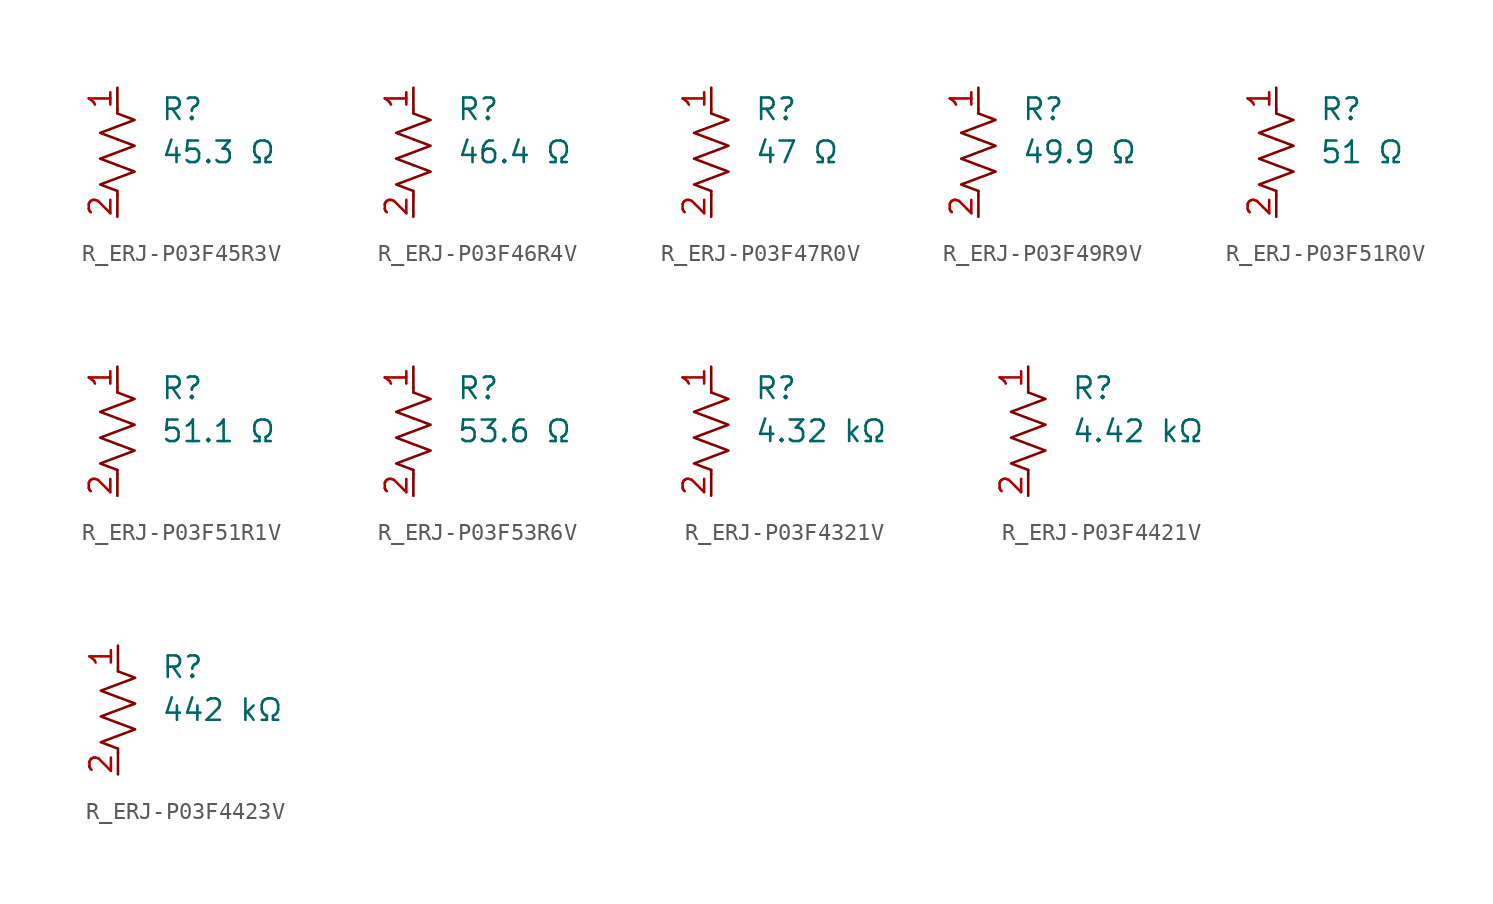
<source format=kicad_sym>
(kicad_symbol_lib
  (version 20231120)
  (generator "kicad_symbol_editor")
  (generator_version "8.0")
  (symbol "R_ERJ-P03F45R3V"
    (pin_names
      (offset 0.254))
    (property "Value" "45.3 Ω"
      (at 2.54 0 0)
      (effects (font (size 1.27 1.27)) (justify left)))
    (property "Reference" "R"
      (at 2.54 2.54 0)
      (effects (font (size 1.27 1.27)) (justify left)))
    (symbol "R_ERJ-P03F45R3V_0_1"
      (polyline (pts (xy 0 -2.286) (xy 0 -2.54)) (stroke (width 0) (type default)) (fill (type none)))
      (polyline (pts (xy 0 2.286) (xy 0 2.54)) (stroke (width 0) (type default)) (fill (type none)))
      (polyline (pts (xy 0 -0.762) (xy 1.016 -1.143) (xy 0 -1.524) (xy -1.016 -1.905) (xy 0 -2.286)) (stroke (width 0) (type default)) (fill (type none)))
      (polyline (pts (xy 0 0.762) (xy 1.016 0.381) (xy 0 0) (xy -1.016 -0.381) (xy 0 -0.762)) (stroke (width 0) (type default)) (fill (type none)))
      (polyline (pts (xy 0 2.286) (xy 1.016 1.905) (xy 0 1.524) (xy -1.016 1.143) (xy 0 0.762)) (stroke (width 0) (type default)) (fill (type none))))
    (symbol "R_ERJ-P03F45R3V_1_1"
      (pin passive line (at 0 3.81 270) (length 1.27) (name "~" (effects (font (size 1.27 1.27)))) (number "1" (effects (font (size 1.27 1.27)))))
      (pin passive line (at 0 -3.81 90) (length 1.27) (name "~" (effects (font (size 1.27 1.27)))) (number "2" (effects (font (size 1.27 1.27)))))))
  (symbol "R_ERJ-P03F46R4V"
    (pin_names
      (offset 0.254))
    (property "Value" "46.4 Ω"
      (at 2.54 0 0)
      (effects (font (size 1.27 1.27)) (justify left)))
    (property "Reference" "R"
      (at 2.54 2.54 0)
      (effects (font (size 1.27 1.27)) (justify left)))
    (symbol "R_ERJ-P03F46R4V_0_1"
      (polyline (pts (xy 0 -2.286) (xy 0 -2.54)) (stroke (width 0) (type default)) (fill (type none)))
      (polyline (pts (xy 0 2.286) (xy 0 2.54)) (stroke (width 0) (type default)) (fill (type none)))
      (polyline (pts (xy 0 -0.762) (xy 1.016 -1.143) (xy 0 -1.524) (xy -1.016 -1.905) (xy 0 -2.286)) (stroke (width 0) (type default)) (fill (type none)))
      (polyline (pts (xy 0 0.762) (xy 1.016 0.381) (xy 0 0) (xy -1.016 -0.381) (xy 0 -0.762)) (stroke (width 0) (type default)) (fill (type none)))
      (polyline (pts (xy 0 2.286) (xy 1.016 1.905) (xy 0 1.524) (xy -1.016 1.143) (xy 0 0.762)) (stroke (width 0) (type default)) (fill (type none))))
    (symbol "R_ERJ-P03F46R4V_1_1"
      (pin passive line (at 0 3.81 270) (length 1.27) (name "~" (effects (font (size 1.27 1.27)))) (number "1" (effects (font (size 1.27 1.27)))))
      (pin passive line (at 0 -3.81 90) (length 1.27) (name "~" (effects (font (size 1.27 1.27)))) (number "2" (effects (font (size 1.27 1.27)))))))
  (symbol "R_ERJ-P03F47R0V"
    (pin_names
      (offset 0.254))
    (property "Value" "47 Ω"
      (at 2.54 0 0)
      (effects (font (size 1.27 1.27)) (justify left)))
    (property "Reference" "R"
      (at 2.54 2.54 0)
      (effects (font (size 1.27 1.27)) (justify left)))
    (symbol "R_ERJ-P03F47R0V_0_1"
      (polyline (pts (xy 0 -2.286) (xy 0 -2.54)) (stroke (width 0) (type default)) (fill (type none)))
      (polyline (pts (xy 0 2.286) (xy 0 2.54)) (stroke (width 0) (type default)) (fill (type none)))
      (polyline (pts (xy 0 -0.762) (xy 1.016 -1.143) (xy 0 -1.524) (xy -1.016 -1.905) (xy 0 -2.286)) (stroke (width 0) (type default)) (fill (type none)))
      (polyline (pts (xy 0 0.762) (xy 1.016 0.381) (xy 0 0) (xy -1.016 -0.381) (xy 0 -0.762)) (stroke (width 0) (type default)) (fill (type none)))
      (polyline (pts (xy 0 2.286) (xy 1.016 1.905) (xy 0 1.524) (xy -1.016 1.143) (xy 0 0.762)) (stroke (width 0) (type default)) (fill (type none))))
    (symbol "R_ERJ-P03F47R0V_1_1"
      (pin passive line (at 0 3.81 270) (length 1.27) (name "~" (effects (font (size 1.27 1.27)))) (number "1" (effects (font (size 1.27 1.27)))))
      (pin passive line (at 0 -3.81 90) (length 1.27) (name "~" (effects (font (size 1.27 1.27)))) (number "2" (effects (font (size 1.27 1.27)))))))
  (symbol "R_ERJ-P03F49R9V"
    (pin_names
      (offset 0.254))
    (property "Value" "49.9 Ω"
      (at 2.54 0 0)
      (effects (font (size 1.27 1.27)) (justify left)))
    (property "Reference" "R"
      (at 2.54 2.54 0)
      (effects (font (size 1.27 1.27)) (justify left)))
    (symbol "R_ERJ-P03F49R9V_0_1"
      (polyline (pts (xy 0 -2.286) (xy 0 -2.54)) (stroke (width 0) (type default)) (fill (type none)))
      (polyline (pts (xy 0 2.286) (xy 0 2.54)) (stroke (width 0) (type default)) (fill (type none)))
      (polyline (pts (xy 0 -0.762) (xy 1.016 -1.143) (xy 0 -1.524) (xy -1.016 -1.905) (xy 0 -2.286)) (stroke (width 0) (type default)) (fill (type none)))
      (polyline (pts (xy 0 0.762) (xy 1.016 0.381) (xy 0 0) (xy -1.016 -0.381) (xy 0 -0.762)) (stroke (width 0) (type default)) (fill (type none)))
      (polyline (pts (xy 0 2.286) (xy 1.016 1.905) (xy 0 1.524) (xy -1.016 1.143) (xy 0 0.762)) (stroke (width 0) (type default)) (fill (type none))))
    (symbol "R_ERJ-P03F49R9V_1_1"
      (pin passive line (at 0 3.81 270) (length 1.27) (name "~" (effects (font (size 1.27 1.27)))) (number "1" (effects (font (size 1.27 1.27)))))
      (pin passive line (at 0 -3.81 90) (length 1.27) (name "~" (effects (font (size 1.27 1.27)))) (number "2" (effects (font (size 1.27 1.27)))))))
  (symbol "R_ERJ-P03F51R0V"
    (pin_names
      (offset 0.254))
    (property "Value" "51 Ω"
      (at 2.54 0 0)
      (effects (font (size 1.27 1.27)) (justify left)))
    (property "Reference" "R"
      (at 2.54 2.54 0)
      (effects (font (size 1.27 1.27)) (justify left)))
    (symbol "R_ERJ-P03F51R0V_0_1"
      (polyline (pts (xy 0 -2.286) (xy 0 -2.54)) (stroke (width 0) (type default)) (fill (type none)))
      (polyline (pts (xy 0 2.286) (xy 0 2.54)) (stroke (width 0) (type default)) (fill (type none)))
      (polyline (pts (xy 0 -0.762) (xy 1.016 -1.143) (xy 0 -1.524) (xy -1.016 -1.905) (xy 0 -2.286)) (stroke (width 0) (type default)) (fill (type none)))
      (polyline (pts (xy 0 0.762) (xy 1.016 0.381) (xy 0 0) (xy -1.016 -0.381) (xy 0 -0.762)) (stroke (width 0) (type default)) (fill (type none)))
      (polyline (pts (xy 0 2.286) (xy 1.016 1.905) (xy 0 1.524) (xy -1.016 1.143) (xy 0 0.762)) (stroke (width 0) (type default)) (fill (type none))))
    (symbol "R_ERJ-P03F51R0V_1_1"
      (pin passive line (at 0 3.81 270) (length 1.27) (name "~" (effects (font (size 1.27 1.27)))) (number "1" (effects (font (size 1.27 1.27)))))
      (pin passive line (at 0 -3.81 90) (length 1.27) (name "~" (effects (font (size 1.27 1.27)))) (number "2" (effects (font (size 1.27 1.27)))))))
  (symbol "R_ERJ-P03F51R1V"
    (pin_names
      (offset 0.254))
    (property "Value" "51.1 Ω"
      (at 2.54 0 0)
      (effects (font (size 1.27 1.27)) (justify left)))
    (property "Reference" "R"
      (at 2.54 2.54 0)
      (effects (font (size 1.27 1.27)) (justify left)))
    (symbol "R_ERJ-P03F51R1V_0_1"
      (polyline (pts (xy 0 -2.286) (xy 0 -2.54)) (stroke (width 0) (type default)) (fill (type none)))
      (polyline (pts (xy 0 2.286) (xy 0 2.54)) (stroke (width 0) (type default)) (fill (type none)))
      (polyline (pts (xy 0 -0.762) (xy 1.016 -1.143) (xy 0 -1.524) (xy -1.016 -1.905) (xy 0 -2.286)) (stroke (width 0) (type default)) (fill (type none)))
      (polyline (pts (xy 0 0.762) (xy 1.016 0.381) (xy 0 0) (xy -1.016 -0.381) (xy 0 -0.762)) (stroke (width 0) (type default)) (fill (type none)))
      (polyline (pts (xy 0 2.286) (xy 1.016 1.905) (xy 0 1.524) (xy -1.016 1.143) (xy 0 0.762)) (stroke (width 0) (type default)) (fill (type none))))
    (symbol "R_ERJ-P03F51R1V_1_1"
      (pin passive line (at 0 3.81 270) (length 1.27) (name "~" (effects (font (size 1.27 1.27)))) (number "1" (effects (font (size 1.27 1.27)))))
      (pin passive line (at 0 -3.81 90) (length 1.27) (name "~" (effects (font (size 1.27 1.27)))) (number "2" (effects (font (size 1.27 1.27)))))))
  (symbol "R_ERJ-P03F53R6V"
    (pin_names
      (offset 0.254))
    (property "Value" "53.6 Ω"
      (at 2.54 0 0)
      (effects (font (size 1.27 1.27)) (justify left)))
    (property "Reference" "R"
      (at 2.54 2.54 0)
      (effects (font (size 1.27 1.27)) (justify left)))
    (symbol "R_ERJ-P03F53R6V_0_1"
      (polyline (pts (xy 0 -2.286) (xy 0 -2.54)) (stroke (width 0) (type default)) (fill (type none)))
      (polyline (pts (xy 0 2.286) (xy 0 2.54)) (stroke (width 0) (type default)) (fill (type none)))
      (polyline (pts (xy 0 -0.762) (xy 1.016 -1.143) (xy 0 -1.524) (xy -1.016 -1.905) (xy 0 -2.286)) (stroke (width 0) (type default)) (fill (type none)))
      (polyline (pts (xy 0 0.762) (xy 1.016 0.381) (xy 0 0) (xy -1.016 -0.381) (xy 0 -0.762)) (stroke (width 0) (type default)) (fill (type none)))
      (polyline (pts (xy 0 2.286) (xy 1.016 1.905) (xy 0 1.524) (xy -1.016 1.143) (xy 0 0.762)) (stroke (width 0) (type default)) (fill (type none))))
    (symbol "R_ERJ-P03F53R6V_1_1"
      (pin passive line (at 0 3.81 270) (length 1.27) (name "~" (effects (font (size 1.27 1.27)))) (number "1" (effects (font (size 1.27 1.27)))))
      (pin passive line (at 0 -3.81 90) (length 1.27) (name "~" (effects (font (size 1.27 1.27)))) (number "2" (effects (font (size 1.27 1.27)))))))
  (symbol "R_ERJ-P03F4321V"
    (pin_names
      (offset 0.254))
    (property "Value" "4.32 kΩ"
      (at 2.54 0 0)
      (effects (font (size 1.27 1.27)) (justify left)))
    (property "Reference" "R"
      (at 2.54 2.54 0)
      (effects (font (size 1.27 1.27)) (justify left)))
    (symbol "R_ERJ-P03F4321V_0_1"
      (polyline (pts (xy 0 -2.286) (xy 0 -2.54)) (stroke (width 0) (type default)) (fill (type none)))
      (polyline (pts (xy 0 2.286) (xy 0 2.54)) (stroke (width 0) (type default)) (fill (type none)))
      (polyline (pts (xy 0 -0.762) (xy 1.016 -1.143) (xy 0 -1.524) (xy -1.016 -1.905) (xy 0 -2.286)) (stroke (width 0) (type default)) (fill (type none)))
      (polyline (pts (xy 0 0.762) (xy 1.016 0.381) (xy 0 0) (xy -1.016 -0.381) (xy 0 -0.762)) (stroke (width 0) (type default)) (fill (type none)))
      (polyline (pts (xy 0 2.286) (xy 1.016 1.905) (xy 0 1.524) (xy -1.016 1.143) (xy 0 0.762)) (stroke (width 0) (type default)) (fill (type none))))
    (symbol "R_ERJ-P03F4321V_1_1"
      (pin passive line (at 0 3.81 270) (length 1.27) (name "~" (effects (font (size 1.27 1.27)))) (number "1" (effects (font (size 1.27 1.27)))))
      (pin passive line (at 0 -3.81 90) (length 1.27) (name "~" (effects (font (size 1.27 1.27)))) (number "2" (effects (font (size 1.27 1.27)))))))
  (symbol "R_ERJ-P03F4421V"
    (pin_names
      (offset 0.254))
    (property "Value" "4.42 kΩ"
      (at 2.54 0 0)
      (effects (font (size 1.27 1.27)) (justify left)))
    (property "Reference" "R"
      (at 2.54 2.54 0)
      (effects (font (size 1.27 1.27)) (justify left)))
    (symbol "R_ERJ-P03F4421V_0_1"
      (polyline (pts (xy 0 -2.286) (xy 0 -2.54)) (stroke (width 0) (type default)) (fill (type none)))
      (polyline (pts (xy 0 2.286) (xy 0 2.54)) (stroke (width 0) (type default)) (fill (type none)))
      (polyline (pts (xy 0 -0.762) (xy 1.016 -1.143) (xy 0 -1.524) (xy -1.016 -1.905) (xy 0 -2.286)) (stroke (width 0) (type default)) (fill (type none)))
      (polyline (pts (xy 0 0.762) (xy 1.016 0.381) (xy 0 0) (xy -1.016 -0.381) (xy 0 -0.762)) (stroke (width 0) (type default)) (fill (type none)))
      (polyline (pts (xy 0 2.286) (xy 1.016 1.905) (xy 0 1.524) (xy -1.016 1.143) (xy 0 0.762)) (stroke (width 0) (type default)) (fill (type none))))
    (symbol "R_ERJ-P03F4421V_1_1"
      (pin passive line (at 0 3.81 270) (length 1.27) (name "~" (effects (font (size 1.27 1.27)))) (number "1" (effects (font (size 1.27 1.27)))))
      (pin passive line (at 0 -3.81 90) (length 1.27) (name "~" (effects (font (size 1.27 1.27)))) (number "2" (effects (font (size 1.27 1.27)))))))
  (symbol "R_ERJ-P03F4423V"
    (pin_names
      (offset 0.254))
    (property "Value" "442 kΩ"
      (at 2.54 0 0)
      (effects (font (size 1.27 1.27)) (justify left)))
    (property "Reference" "R"
      (at 2.54 2.54 0)
      (effects (font (size 1.27 1.27)) (justify left)))
    (symbol "R_ERJ-P03F4423V_0_1"
      (polyline (pts (xy 0 -2.286) (xy 0 -2.54)) (stroke (width 0) (type default)) (fill (type none)))
      (polyline (pts (xy 0 2.286) (xy 0 2.54)) (stroke (width 0) (type default)) (fill (type none)))
      (polyline (pts (xy 0 -0.762) (xy 1.016 -1.143) (xy 0 -1.524) (xy -1.016 -1.905) (xy 0 -2.286)) (stroke (width 0) (type default)) (fill (type none)))
      (polyline (pts (xy 0 0.762) (xy 1.016 0.381) (xy 0 0) (xy -1.016 -0.381) (xy 0 -0.762)) (stroke (width 0) (type default)) (fill (type none)))
      (polyline (pts (xy 0 2.286) (xy 1.016 1.905) (xy 0 1.524) (xy -1.016 1.143) (xy 0 0.762)) (stroke (width 0) (type default)) (fill (type none))))
    (symbol "R_ERJ-P03F4423V_1_1"
      (pin passive line (at 0 3.81 270) (length 1.27) (name "~" (effects (font (size 1.27 1.27)))) (number "1" (effects (font (size 1.27 1.27)))))
      (pin passive line (at 0 -3.81 90) (length 1.27) (name "~" (effects (font (size 1.27 1.27)))) (number "2" (effects (font (size 1.27 1.27))))))))
</source>
